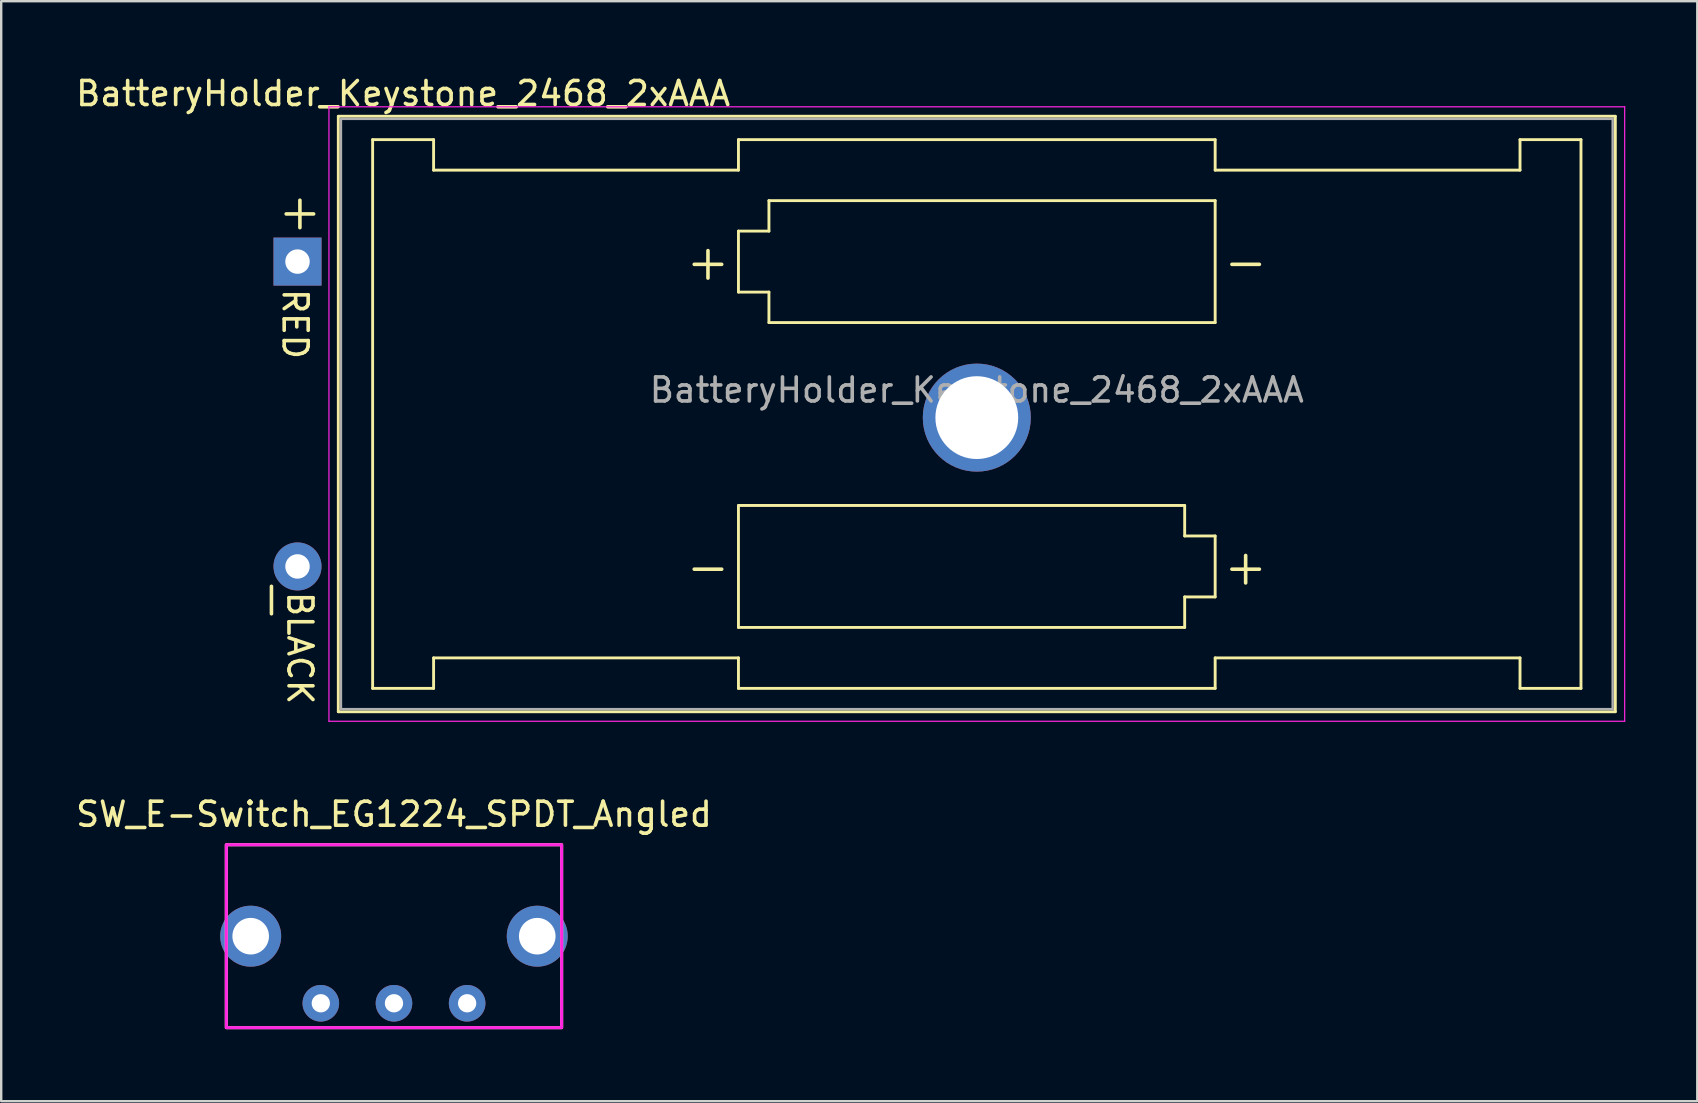
<source format=kicad_pcb>
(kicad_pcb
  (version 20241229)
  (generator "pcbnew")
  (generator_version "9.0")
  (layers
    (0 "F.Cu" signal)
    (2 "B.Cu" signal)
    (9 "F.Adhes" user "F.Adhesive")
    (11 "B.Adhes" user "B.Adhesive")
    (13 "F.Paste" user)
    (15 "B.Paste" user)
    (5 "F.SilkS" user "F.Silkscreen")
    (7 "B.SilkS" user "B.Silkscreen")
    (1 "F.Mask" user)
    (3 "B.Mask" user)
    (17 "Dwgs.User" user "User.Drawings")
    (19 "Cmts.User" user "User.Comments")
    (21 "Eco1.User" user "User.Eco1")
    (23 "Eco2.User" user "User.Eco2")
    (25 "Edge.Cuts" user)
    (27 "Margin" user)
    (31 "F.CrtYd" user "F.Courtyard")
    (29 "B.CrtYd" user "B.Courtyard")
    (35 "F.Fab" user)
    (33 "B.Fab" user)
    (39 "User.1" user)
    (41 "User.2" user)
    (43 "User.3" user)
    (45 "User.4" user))
  (footprint "SW_E-Switch_EG1224_SPDT_Angled"
    (layer "F.Cu")
    (at 13.363 35.952)
    (property "Reference" "SW_E-Switch_EG1224_SPDT_Angled" (at 0 -5.08 180) (layer "F.SilkS") (effects (font (size 1 1) (thickness 0.15))))
    (attr through_hole)
    (fp_rect (start -6.985 -3.81) (end 6.985 3.81) (stroke (width 0.127) (type solid)) (fill no) (layer "F.SilkS"))
    (fp_rect (start -6.985 -3.81) (end 6.985 3.81) (stroke (width 0.127) (type solid)) (fill no) (layer "F.CrtYd"))
    (pad "" thru_hole circle (at -5.969 0) (size 2.54 2.54) (drill 1.524) (layers "*.Cu" "*.Mask"))
    (pad "" thru_hole circle (at 5.969 0) (size 2.54 2.54) (drill 1.524) (layers "*.Cu" "*.Mask"))
    (pad "1" thru_hole circle (at -3.048 2.794) (size 1.524 1.524) (drill 0.762) (layers "*.Cu" "*.Mask"))
    (pad "2" thru_hole circle (at 0 2.794) (size 1.524 1.524) (drill 0.762) (layers "*.Cu" "*.Mask"))
    (pad "3" thru_hole circle (at 3.048 2.794) (size 1.524 1.524) (drill 0.762) (layers "*.Cu" "*.Mask")))
  (footprint "BatteryHolder_Keystone_2468_2xAAA"
    (layer "F.Cu")
    (at 13.744 7.848)
    (property "Reference" "BatteryHolder_Keystone_2468_2xAAA" (at 0 -7 0) (layer "F.SilkS") (effects (font (size 1 1) (thickness 0.15))))
    (attr through_hole)
    (fp_line (start -2.7 -6.05) (end -2.7 18.75) (stroke (width 0.12) (type solid)) (layer "F.SilkS"))
    (fp_line (start -2.7 18.755) (end 50.5 18.755) (stroke (width 0.12) (type solid)) (layer "F.SilkS"))
    (fp_line (start -1.27 -5.08) (end -1.27 17.78) (stroke (width 0.12) (type solid)) (layer "F.SilkS"))
    (fp_line (start -1.27 17.78) (end 1.27 17.78) (stroke (width 0.12) (type solid)) (layer "F.SilkS"))
    (fp_line (start 1.27 -5.08) (end -1.27 -5.08) (stroke (width 0.12) (type solid)) (layer "F.SilkS"))
    (fp_line (start 1.27 -3.81) (end 1.27 -5.08) (stroke (width 0.12) (type solid)) (layer "F.SilkS"))
    (fp_line (start 1.27 -3.81) (end 13.97 -3.81) (stroke (width 0.12) (type solid)) (layer "F.SilkS"))
    (fp_line (start 1.27 16.51) (end 13.97 16.51) (stroke (width 0.12) (type solid)) (layer "F.SilkS"))
    (fp_line (start 1.27 17.78) (end 1.27 16.51) (stroke (width 0.12) (type solid)) (layer "F.SilkS"))
    (fp_line (start 13.97 -5.08) (end 13.97 -3.81) (stroke (width 0.12) (type solid)) (layer "F.SilkS"))
    (fp_line (start 13.97 -1.27) (end 15.24 -1.27) (stroke (width 0.12) (type solid)) (layer "F.SilkS"))
    (fp_line (start 13.97 1.27) (end 13.97 -1.27) (stroke (width 0.12) (type solid)) (layer "F.SilkS"))
    (fp_line (start 13.97 10.16) (end 32.56 10.16) (stroke (width 0.12) (type solid)) (layer "F.SilkS"))
    (fp_line (start 13.97 15.24) (end 13.97 10.16) (stroke (width 0.12) (type solid)) (layer "F.SilkS"))
    (fp_line (start 13.97 16.51) (end 13.97 17.78) (stroke (width 0.12) (type solid)) (layer "F.SilkS"))
    (fp_line (start 13.97 17.78) (end 33.83 17.78) (stroke (width 0.12) (type solid)) (layer "F.SilkS"))
    (fp_line (start 15.24 -2.54) (end 33.83 -2.54) (stroke (width 0.12) (type solid)) (layer "F.SilkS"))
    (fp_line (start 15.24 -1.27) (end 15.24 -2.54) (stroke (width 0.12) (type solid)) (layer "F.SilkS"))
    (fp_line (start 15.24 1.27) (end 13.97 1.27) (stroke (width 0.12) (type solid)) (layer "F.SilkS"))
    (fp_line (start 15.24 2.54) (end 15.24 1.27) (stroke (width 0.12) (type solid)) (layer "F.SilkS"))
    (fp_line (start 32.56 10.16) (end 32.56 11.43) (stroke (width 0.12) (type solid)) (layer "F.SilkS"))
    (fp_line (start 32.56 11.43) (end 33.83 11.43) (stroke (width 0.12) (type solid)) (layer "F.SilkS"))
    (fp_line (start 32.56 13.97) (end 32.56 15.24) (stroke (width 0.12) (type solid)) (layer "F.SilkS"))
    (fp_line (start 32.56 15.24) (end 13.97 15.24) (stroke (width 0.12) (type solid)) (layer "F.SilkS"))
    (fp_line (start 33.83 -5.08) (end 13.97 -5.08) (stroke (width 0.12) (type solid)) (layer "F.SilkS"))
    (fp_line (start 33.83 -3.81) (end 33.83 -5.08) (stroke (width 0.12) (type solid)) (layer "F.SilkS"))
    (fp_line (start 33.83 -2.54) (end 33.83 2.54) (stroke (width 0.12) (type solid)) (layer "F.SilkS"))
    (fp_line (start 33.83 2.54) (end 15.24 2.54) (stroke (width 0.12) (type solid)) (layer "F.SilkS"))
    (fp_line (start 33.83 11.43) (end 33.83 13.97) (stroke (width 0.12) (type solid)) (layer "F.SilkS"))
    (fp_line (start 33.83 13.97) (end 32.56 13.97) (stroke (width 0.12) (type solid)) (layer "F.SilkS"))
    (fp_line (start 33.83 17.78) (end 33.83 16.51) (stroke (width 0.12) (type solid)) (layer "F.SilkS"))
    (fp_line (start 46.53 -5.08) (end 46.53 -3.81) (stroke (width 0.12) (type solid)) (layer "F.SilkS"))
    (fp_line (start 46.53 -3.81) (end 33.83 -3.81) (stroke (width 0.12) (type solid)) (layer "F.SilkS"))
    (fp_line (start 46.53 16.51) (end 33.83 16.51) (stroke (width 0.12) (type solid)) (layer "F.SilkS"))
    (fp_line (start 46.53 17.78) (end 46.53 16.51) (stroke (width 0.12) (type solid)) (layer "F.SilkS"))
    (fp_line (start 49.07 -5.08) (end 46.53 -5.08) (stroke (width 0.12) (type solid)) (layer "F.SilkS"))
    (fp_line (start 49.07 -5.08) (end 49.07 17.78) (stroke (width 0.12) (type solid)) (layer "F.SilkS"))
    (fp_line (start 49.07 17.78) (end 46.53 17.78) (stroke (width 0.12) (type solid)) (layer "F.SilkS"))
    (fp_line (start 50.5 -6.055) (end -2.7 -6.055) (stroke (width 0.12) (type solid)) (layer "F.SilkS"))
    (fp_line (start 50.5 18.75) (end 50.5 -6.05) (stroke (width 0.12) (type solid)) (layer "F.SilkS"))
    (fp_line (start -3.09 -6.45) (end -3.09 19.15) (stroke (width 0.05) (type solid)) (layer "F.CrtYd"))
    (fp_line (start -3.09 19.15) (end 50.89 19.15) (stroke (width 0.05) (type solid)) (layer "F.CrtYd"))
    (fp_line (start 50.89 -6.45) (end -3.09 -6.45) (stroke (width 0.05) (type solid)) (layer "F.CrtYd"))
    (fp_line (start 50.89 19.15) (end 50.89 -6.45) (stroke (width 0.05) (type solid)) (layer "F.CrtYd"))
    (fp_line (start -2.59 -5.945) (end 50.39 -5.945) (stroke (width 0.1) (type solid)) (layer "F.Fab"))
    (fp_line (start -2.59 18.645) (end -2.59 -5.945) (stroke (width 0.1) (type solid)) (layer "F.Fab"))
    (fp_line (start -2.59 18.645) (end 50.39 18.645) (stroke (width 0.1) (type solid)) (layer "F.Fab"))
    (fp_line (start 50.39 18.645) (end 50.39 -5.945) (stroke (width 0.1) (type solid)) (layer "F.Fab"))
    (fp_text user "+" (at 35.1 12.7 0) (layer "F.SilkS") (effects (font (size 1.5 1.5) (thickness 0.15))))
    (fp_text user "BLACK" (at -4.3 16.1 270) (unlocked yes) (layer "F.SilkS") (effects (font (size 1 1) (thickness 0.15))))
    (fp_text user "+" (at 12.7 0 0) (layer "F.SilkS") (effects (font (size 1.5 1.5) (thickness 0.15))))
    (fp_text user "+" (at -4.3 -2.1 0) (layer "F.SilkS") (effects (font (size 1.5 1.5) (thickness 0.15))))
    (fp_text user "RED" (at -4.5 2.6 270) (unlocked yes) (layer "F.SilkS") (effects (font (size 1 1) (thickness 0.15))))
    (fp_text user "-" (at 12.7 12.7 0) (layer "F.SilkS") (effects (font (size 1.5 1.5) (thickness 0.15))))
    (fp_text user "-" (at 35.1 0 0) (layer "F.SilkS") (effects (font (size 1.5 1.5) (thickness 0.15))))
    (fp_text user "-" (at -5.6 14.1 90) (layer "F.SilkS") (effects (font (size 1.5 1.5) (thickness 0.15))))
    (fp_text user "${REFERENCE}" (at 23.9 5.35 0) (layer "F.Fab") (effects (font (size 1 1) (thickness 0.15))))
    (pad "" np_thru_hole circle (at 23.9 6.5) (size 4.5 4.5) (drill 3.45) (layers "*.Cu" "*.Mask"))
    (pad "1" thru_hole rect (at -4.4 0) (size 2 2) (drill 1.02) (layers "*.Cu" "*.Mask"))
    (pad "2" thru_hole circle (at -4.4 12.7) (size 2 2) (drill 1.02) (layers "*.Cu" "*.Mask")))
  (gr_rect
    (start -3 -3)
    (end 67.659 42.825)
    (stroke (width 0.1) (type default))
    (fill no)
    (layer "Edge.Cuts")))
</source>
